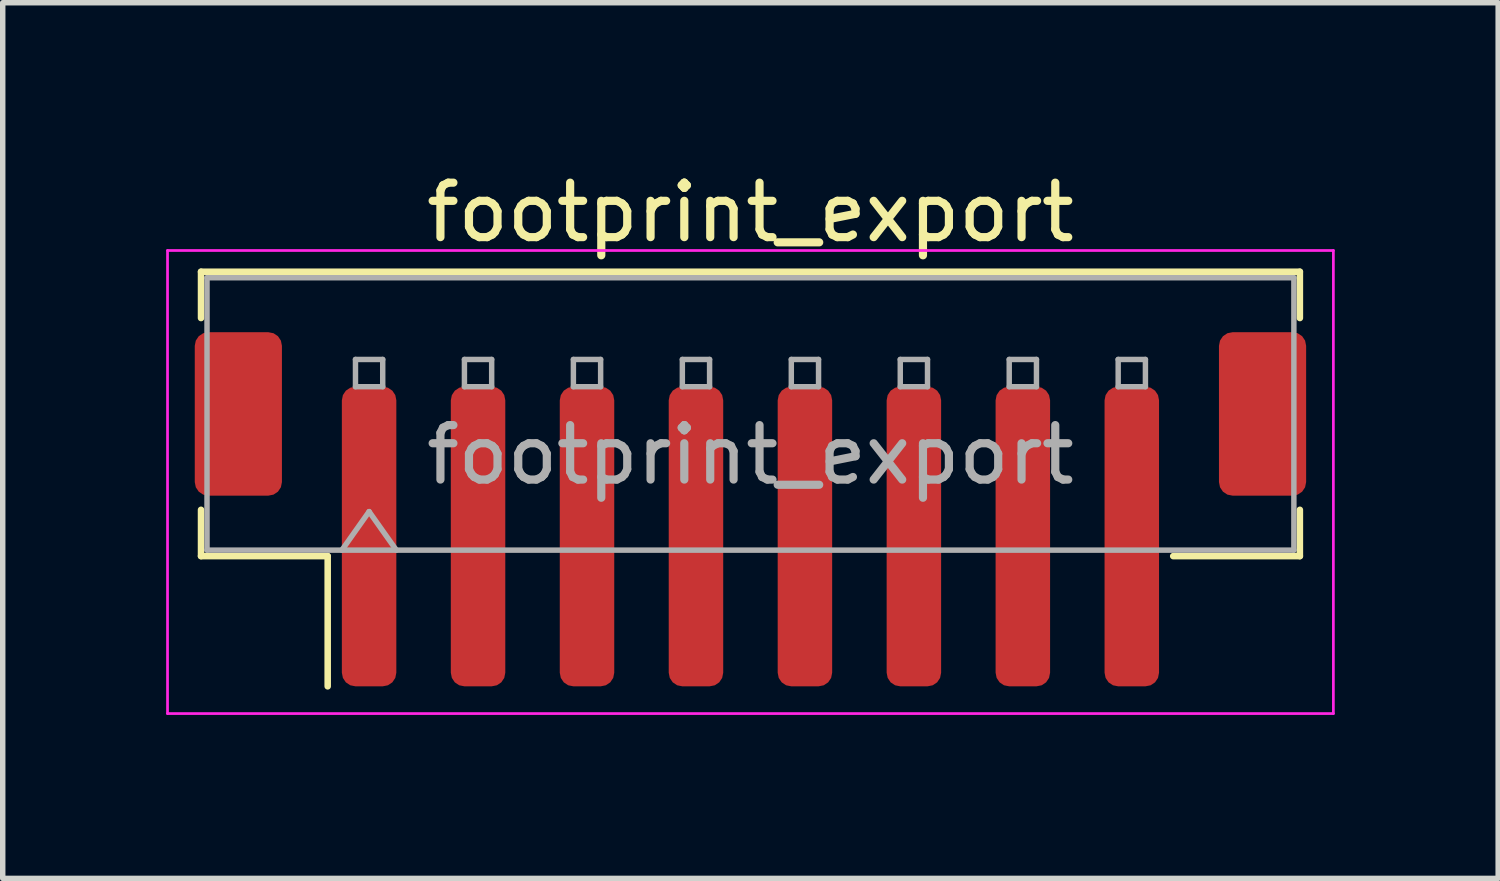
<source format=kicad_pcb>
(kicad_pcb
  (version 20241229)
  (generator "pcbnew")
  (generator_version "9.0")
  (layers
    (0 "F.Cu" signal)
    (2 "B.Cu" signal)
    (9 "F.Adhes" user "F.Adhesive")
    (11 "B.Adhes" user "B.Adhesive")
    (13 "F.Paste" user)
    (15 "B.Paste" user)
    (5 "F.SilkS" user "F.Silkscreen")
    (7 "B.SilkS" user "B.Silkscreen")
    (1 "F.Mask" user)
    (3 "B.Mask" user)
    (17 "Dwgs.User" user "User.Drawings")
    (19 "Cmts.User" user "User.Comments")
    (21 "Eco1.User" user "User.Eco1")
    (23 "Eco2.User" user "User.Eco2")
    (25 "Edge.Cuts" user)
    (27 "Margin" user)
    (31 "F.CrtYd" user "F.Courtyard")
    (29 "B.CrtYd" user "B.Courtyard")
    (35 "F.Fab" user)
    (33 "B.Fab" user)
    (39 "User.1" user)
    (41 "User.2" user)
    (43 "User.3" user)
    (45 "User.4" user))
  (footprint "footprint_export"
    (layer "F.Cu")
    (at 10.725 6.298)
    (property "Reference" "footprint_export" (at 0 -5.45 0) (layer "F.SilkS") (effects (font (size 1 1) (thickness 0.15))))
    (attr smd)
    (fp_line (start -10.085 -4.36) (end 10.085 -4.36) (stroke (width 0.12) (type solid)) (layer "F.SilkS"))
    (fp_line (start -10.085 -3.51) (end -10.085 -4.36) (stroke (width 0.12) (type solid)) (layer "F.SilkS"))
    (fp_line (start -10.085 0.01) (end -10.085 0.86) (stroke (width 0.12) (type solid)) (layer "F.SilkS"))
    (fp_line (start -10.085 0.86) (end -7.76 0.86) (stroke (width 0.12) (type solid)) (layer "F.SilkS"))
    (fp_line (start -7.76 0.86) (end -7.76 3.25) (stroke (width 0.12) (type solid)) (layer "F.SilkS"))
    (fp_line (start 10.085 -4.36) (end 10.085 -3.51) (stroke (width 0.12) (type solid)) (layer "F.SilkS"))
    (fp_line (start 10.085 0.01) (end 10.085 0.86) (stroke (width 0.12) (type solid)) (layer "F.SilkS"))
    (fp_line (start 10.085 0.86) (end 7.76 0.86) (stroke (width 0.12) (type solid)) (layer "F.SilkS"))
    (fp_line (start -10.7 -4.75) (end -10.7 3.75) (stroke (width 0.05) (type solid)) (layer "F.CrtYd"))
    (fp_line (start -10.7 3.75) (end 10.7 3.75) (stroke (width 0.05) (type solid)) (layer "F.CrtYd"))
    (fp_line (start 10.7 -4.75) (end -10.7 -4.75) (stroke (width 0.05) (type solid)) (layer "F.CrtYd"))
    (fp_line (start 10.7 3.75) (end 10.7 -4.75) (stroke (width 0.05) (type solid)) (layer "F.CrtYd"))
    (fp_line (start -9.975 -4.25) (end 9.975 -4.25) (stroke (width 0.1) (type solid)) (layer "F.Fab"))
    (fp_line (start -9.975 0.75) (end -9.975 -4.25) (stroke (width 0.1) (type solid)) (layer "F.Fab"))
    (fp_line (start -9.975 0.75) (end 9.975 0.75) (stroke (width 0.1) (type solid)) (layer "F.Fab"))
    (fp_line (start -7.5 0.75) (end -7 0.043) (stroke (width 0.1) (type solid)) (layer "F.Fab"))
    (fp_line (start -7.25 -2.75) (end -7.25 -2.25) (stroke (width 0.1) (type solid)) (layer "F.Fab"))
    (fp_line (start -7.25 -2.25) (end -6.75 -2.25) (stroke (width 0.1) (type solid)) (layer "F.Fab"))
    (fp_line (start -7 0.043) (end -6.5 0.75) (stroke (width 0.1) (type solid)) (layer "F.Fab"))
    (fp_line (start -6.75 -2.75) (end -7.25 -2.75) (stroke (width 0.1) (type solid)) (layer "F.Fab"))
    (fp_line (start -6.75 -2.25) (end -6.75 -2.75) (stroke (width 0.1) (type solid)) (layer "F.Fab"))
    (fp_line (start -5.25 -2.75) (end -5.25 -2.25) (stroke (width 0.1) (type solid)) (layer "F.Fab"))
    (fp_line (start -5.25 -2.25) (end -4.75 -2.25) (stroke (width 0.1) (type solid)) (layer "F.Fab"))
    (fp_line (start -4.75 -2.75) (end -5.25 -2.75) (stroke (width 0.1) (type solid)) (layer "F.Fab"))
    (fp_line (start -4.75 -2.25) (end -4.75 -2.75) (stroke (width 0.1) (type solid)) (layer "F.Fab"))
    (fp_line (start -3.25 -2.75) (end -3.25 -2.25) (stroke (width 0.1) (type solid)) (layer "F.Fab"))
    (fp_line (start -3.25 -2.25) (end -2.75 -2.25) (stroke (width 0.1) (type solid)) (layer "F.Fab"))
    (fp_line (start -2.75 -2.75) (end -3.25 -2.75) (stroke (width 0.1) (type solid)) (layer "F.Fab"))
    (fp_line (start -2.75 -2.25) (end -2.75 -2.75) (stroke (width 0.1) (type solid)) (layer "F.Fab"))
    (fp_line (start -1.25 -2.75) (end -1.25 -2.25) (stroke (width 0.1) (type solid)) (layer "F.Fab"))
    (fp_line (start -1.25 -2.25) (end -0.75 -2.25) (stroke (width 0.1) (type solid)) (layer "F.Fab"))
    (fp_line (start -0.75 -2.75) (end -1.25 -2.75) (stroke (width 0.1) (type solid)) (layer "F.Fab"))
    (fp_line (start -0.75 -2.25) (end -0.75 -2.75) (stroke (width 0.1) (type solid)) (layer "F.Fab"))
    (fp_line (start 0.75 -2.75) (end 0.75 -2.25) (stroke (width 0.1) (type solid)) (layer "F.Fab"))
    (fp_line (start 0.75 -2.25) (end 1.25 -2.25) (stroke (width 0.1) (type solid)) (layer "F.Fab"))
    (fp_line (start 1.25 -2.75) (end 0.75 -2.75) (stroke (width 0.1) (type solid)) (layer "F.Fab"))
    (fp_line (start 1.25 -2.25) (end 1.25 -2.75) (stroke (width 0.1) (type solid)) (layer "F.Fab"))
    (fp_line (start 2.75 -2.75) (end 2.75 -2.25) (stroke (width 0.1) (type solid)) (layer "F.Fab"))
    (fp_line (start 2.75 -2.25) (end 3.25 -2.25) (stroke (width 0.1) (type solid)) (layer "F.Fab"))
    (fp_line (start 3.25 -2.75) (end 2.75 -2.75) (stroke (width 0.1) (type solid)) (layer "F.Fab"))
    (fp_line (start 3.25 -2.25) (end 3.25 -2.75) (stroke (width 0.1) (type solid)) (layer "F.Fab"))
    (fp_line (start 4.75 -2.75) (end 4.75 -2.25) (stroke (width 0.1) (type solid)) (layer "F.Fab"))
    (fp_line (start 4.75 -2.25) (end 5.25 -2.25) (stroke (width 0.1) (type solid)) (layer "F.Fab"))
    (fp_line (start 5.25 -2.75) (end 4.75 -2.75) (stroke (width 0.1) (type solid)) (layer "F.Fab"))
    (fp_line (start 5.25 -2.25) (end 5.25 -2.75) (stroke (width 0.1) (type solid)) (layer "F.Fab"))
    (fp_line (start 6.75 -2.75) (end 6.75 -2.25) (stroke (width 0.1) (type solid)) (layer "F.Fab"))
    (fp_line (start 6.75 -2.25) (end 7.25 -2.25) (stroke (width 0.1) (type solid)) (layer "F.Fab"))
    (fp_line (start 7.25 -2.75) (end 6.75 -2.75) (stroke (width 0.1) (type solid)) (layer "F.Fab"))
    (fp_line (start 7.25 -2.25) (end 7.25 -2.75) (stroke (width 0.1) (type solid)) (layer "F.Fab"))
    (fp_line (start 9.975 0.75) (end 9.975 -4.25) (stroke (width 0.1) (type solid)) (layer "F.Fab"))
    (fp_text user "${REFERENCE}" (at 0 -1 0) (layer "F.Fab") (effects (font (size 1 1) (thickness 0.15))))
    (pad "1" smd roundrect (at -7 0.5) (size 1 5.5) (layers "F.Cu" "F.Mask" "F.Paste") (roundrect_rratio 0.25))
    (pad "2" smd roundrect (at -5 0.5) (size 1 5.5) (layers "F.Cu" "F.Mask" "F.Paste") (roundrect_rratio 0.25))
    (pad "3" smd roundrect (at -3 0.5) (size 1 5.5) (layers "F.Cu" "F.Mask" "F.Paste") (roundrect_rratio 0.25))
    (pad "4" smd roundrect (at -1 0.5) (size 1 5.5) (layers "F.Cu" "F.Mask" "F.Paste") (roundrect_rratio 0.25))
    (pad "5" smd roundrect (at 1 0.5) (size 1 5.5) (layers "F.Cu" "F.Mask" "F.Paste") (roundrect_rratio 0.25))
    (pad "6" smd roundrect (at 3 0.5) (size 1 5.5) (layers "F.Cu" "F.Mask" "F.Paste") (roundrect_rratio 0.25))
    (pad "7" smd roundrect (at 5 0.5) (size 1 5.5) (layers "F.Cu" "F.Mask" "F.Paste") (roundrect_rratio 0.25))
    (pad "8" smd roundrect (at 7 0.5) (size 1 5.5) (layers "F.Cu" "F.Mask" "F.Paste") (roundrect_rratio 0.25))
    (pad "MP" smd roundrect (at -9.4 -1.75) (size 1.6 3) (layers "F.Cu" "F.Mask" "F.Paste") (roundrect_rratio 0.156))
    (pad "MP" smd roundrect (at 9.4 -1.75) (size 1.6 3) (layers "F.Cu" "F.Mask" "F.Paste") (roundrect_rratio 0.156)))
  (gr_rect
    (start -3 -3)
    (end 24.45 13.073)
    (stroke (width 0.1) (type default))
    (fill no)
    (layer "Edge.Cuts")))
</source>
